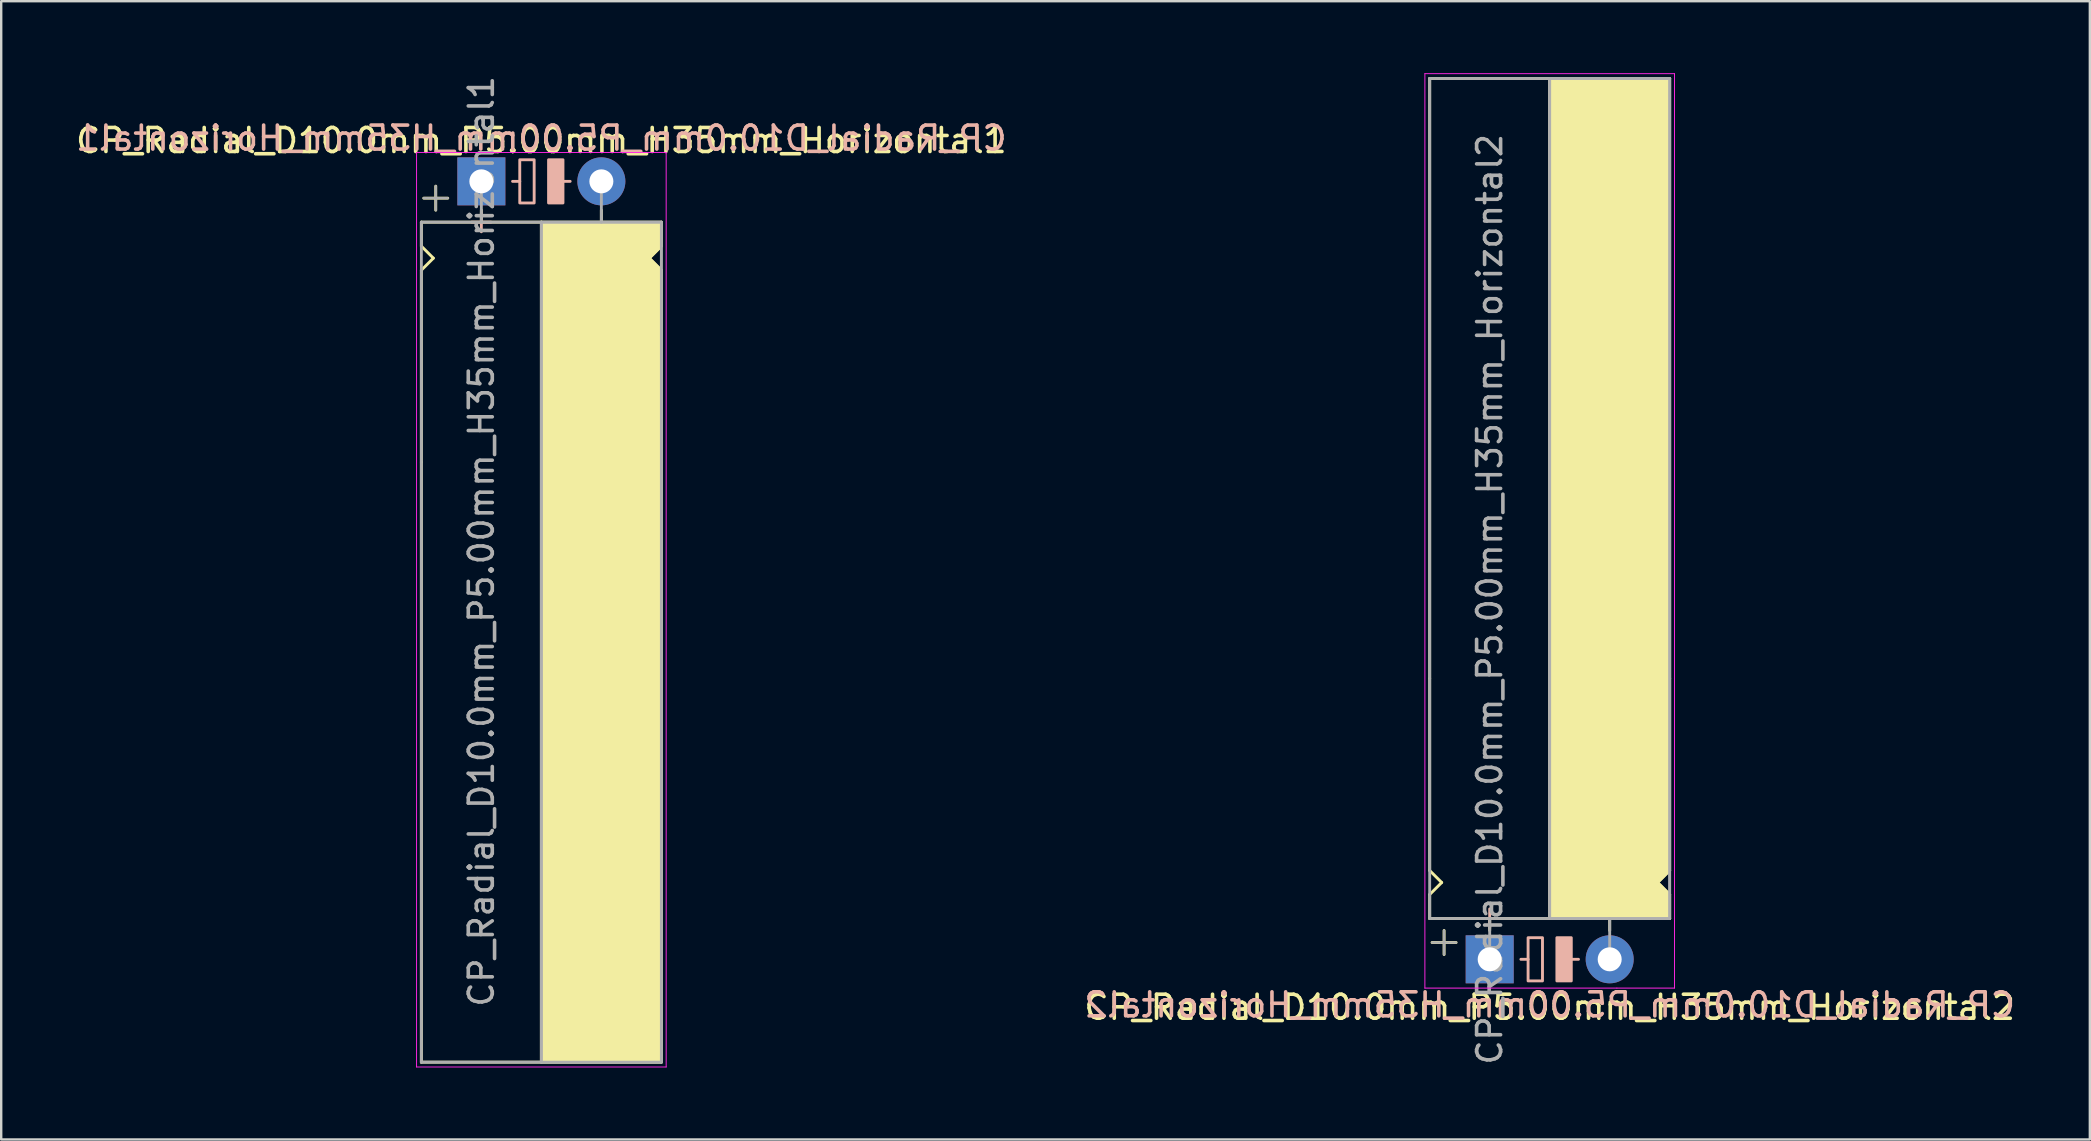
<source format=kicad_pcb>
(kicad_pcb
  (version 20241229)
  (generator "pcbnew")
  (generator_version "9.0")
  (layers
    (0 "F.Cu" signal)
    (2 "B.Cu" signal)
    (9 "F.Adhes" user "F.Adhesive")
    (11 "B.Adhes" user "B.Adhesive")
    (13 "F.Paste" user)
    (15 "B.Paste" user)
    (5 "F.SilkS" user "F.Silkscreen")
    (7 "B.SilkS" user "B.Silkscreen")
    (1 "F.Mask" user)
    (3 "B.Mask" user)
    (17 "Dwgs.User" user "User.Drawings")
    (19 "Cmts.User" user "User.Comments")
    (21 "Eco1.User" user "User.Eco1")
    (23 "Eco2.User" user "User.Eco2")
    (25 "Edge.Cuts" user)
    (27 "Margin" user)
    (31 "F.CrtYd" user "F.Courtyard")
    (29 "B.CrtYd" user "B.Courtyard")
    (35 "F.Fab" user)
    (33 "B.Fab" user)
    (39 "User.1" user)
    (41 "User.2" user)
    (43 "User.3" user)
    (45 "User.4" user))
  (footprint "CP_Radial_D10.0mm_P5.00mm_H35mm_Horizontal2"
    (layer "F.Cu")
    (at 59.018 36.92)
    (property "Reference" "CP_Radial_D10.0mm_P5.00mm_H35mm_Horizontal2" (at 2.5 2 0) (layer "F.SilkS") (effects (font (size 1 1) (thickness 0.15))))
    (fp_line (start -2.5 -36.7) (end 7.5 -36.7) (stroke (width 0.12) (type solid)) (layer "F.SilkS"))
    (fp_line (start -2.5 -11.7) (end -2.5 -36.7) (stroke (width 0.12) (type solid)) (layer "F.SilkS"))
    (fp_line (start -2.5 -3.7) (end -2.5 -11.7) (stroke (width 0.12) (type solid)) (layer "F.SilkS"))
    (fp_line (start -2.5 -2.7) (end -2 -3.2) (stroke (width 0.12) (type solid)) (layer "F.SilkS"))
    (fp_line (start -2.5 -1.7) (end -2.5 -2.7) (stroke (width 0.12) (type solid)) (layer "F.SilkS"))
    (fp_line (start -2 -3.2) (end -2.5 -3.7) (stroke (width 0.12) (type solid)) (layer "F.SilkS"))
    (fp_line (start -1.9 -1.2) (end -1.9 -0.2) (stroke (width 0.12) (type solid)) (layer "F.SilkS"))
    (fp_line (start -1.4 -0.7) (end -2.4 -0.7) (stroke (width 0.12) (type solid)) (layer "F.SilkS"))
    (fp_line (start 0 -1.7) (end 0 -1.2) (stroke (width 0.12) (type solid)) (layer "F.SilkS"))
    (fp_line (start 2.5 -36.7) (end 2.5 -1.7) (stroke (width 0.12) (type solid)) (layer "F.SilkS"))
    (fp_line (start 2.5 -1.7) (end -2.5 -1.7) (stroke (width 0.12) (type solid)) (layer "F.SilkS"))
    (fp_line (start 5 -1.7) (end 5 -1.2) (stroke (width 0.12) (type solid)) (layer "F.SilkS"))
    (fp_line (start 7 -3.2) (end 7.5 -3.7) (stroke (width 0.12) (type solid)) (layer "F.SilkS"))
    (fp_line (start 7.5 -11.7) (end 7.5 -36.7) (stroke (width 0.12) (type solid)) (layer "F.SilkS"))
    (fp_line (start 7.5 -3.7) (end 7.5 -11.7) (stroke (width 0.12) (type solid)) (layer "F.SilkS"))
    (fp_line (start 7.5 -2.7) (end 7 -3.2) (stroke (width 0.12) (type solid)) (layer "F.SilkS"))
    (fp_line (start 7.5 -1.7) (end 2.5 -1.7) (stroke (width 0.12) (type solid)) (layer "F.SilkS"))
    (fp_line (start 7.5 -1.7) (end 7.5 -2.7) (stroke (width 0.12) (type solid)) (layer "F.SilkS"))
    (fp_poly (pts (xy 7.5 -2.7) (xy 7 -3.2) (xy 7.5 -3.7) (xy 7.5 -36.7) (xy 2.5 -36.7) (xy 2.5 -1.7) (xy 7.5 -1.7)) (stroke (width 0.1) (type solid)) (fill yes) (layer "F.SilkS"))
    (fp_line (start 0 -2.1) (end 0 -1.3) (stroke (width 0.12) (type solid)) (layer "B.SilkS"))
    (fp_line (start 0.4 -1.7) (end -0.4 -1.7) (stroke (width 0.12) (type solid)) (layer "B.SilkS"))
    (fp_line (start 1.6 0) (end 1.3 0) (stroke (width 0.12) (type solid)) (layer "B.SilkS"))
    (fp_line (start 3.7 0) (end 3.4 0) (stroke (width 0.12) (type solid)) (layer "B.SilkS"))
    (fp_rect (start 2.2 -0.9) (end 1.6 0.9) (stroke (width 0.12) (type solid)) (fill no) (layer "B.SilkS"))
    (fp_rect (start 3.4 -0.9) (end 2.8 0.9) (stroke (width 0.12) (type solid)) (fill yes) (layer "B.SilkS"))
    (fp_line (start -2.7 -36.9) (end -2.7 1.2) (stroke (width 0.04) (type solid)) (layer "F.CrtYd"))
    (fp_line (start -2.7 1.2) (end 5.3 1.2) (stroke (width 0.04) (type solid)) (layer "F.CrtYd"))
    (fp_line (start 5.3 1.2) (end 7.7 1.2) (stroke (width 0.04) (type solid)) (layer "F.CrtYd"))
    (fp_line (start 7.7 -36.9) (end -2.7 -36.9) (stroke (width 0.04) (type solid)) (layer "F.CrtYd"))
    (fp_line (start 7.7 1.2) (end 7.7 -36.9) (stroke (width 0.04) (type solid)) (layer "F.CrtYd"))
    (fp_line (start -2.5 -36.7) (end 7.5 -36.7) (stroke (width 0.12) (type solid)) (layer "F.Fab"))
    (fp_line (start -2.5 -1.7) (end -2.5 -36.7) (stroke (width 0.12) (type solid)) (layer "F.Fab"))
    (fp_line (start -2.4 -0.7) (end -1.4 -0.7) (stroke (width 0.1) (type solid)) (layer "F.Fab"))
    (fp_line (start -1.9 -0.2) (end -1.9 -1.2) (stroke (width 0.1) (type solid)) (layer "F.Fab"))
    (fp_line (start 0 -1.7) (end 0 0) (stroke (width 0.12) (type solid)) (layer "F.Fab"))
    (fp_line (start 2.5 -1.7) (end 2.5 -36.7) (stroke (width 0.12) (type solid)) (layer "F.Fab"))
    (fp_line (start 5 -1.7) (end 5 0) (stroke (width 0.12) (type solid)) (layer "F.Fab"))
    (fp_line (start 7.5 -36.7) (end 7.5 -1.7) (stroke (width 0.12) (type solid)) (layer "F.Fab"))
    (fp_line (start 7.5 -1.7) (end -2.5 -1.7) (stroke (width 0.12) (type solid)) (layer "F.Fab"))
    (fp_poly (pts (xy 7.5 -36.7) (xy 2.5 -36.7) (xy 2.5 -1.7) (xy 7.5 -1.7)) (stroke (width 0.1) (type solid)) (fill no) (layer "F.Fab"))
    (fp_text user "${REFERENCE}" (at 2.5 1.9 0) (layer "B.SilkS") (effects (font (size 1 1) (thickness 0.15)) (justify mirror)))
    (fp_text user "${REFERENCE}" (at 0 -15 90) (layer "F.Fab") (effects (font (size 1 1) (thickness 0.15))))
    (pad "1" thru_hole rect (at 0 0) (size 2 2) (drill 1) (layers "*.Cu" "*.Mask"))
    (pad "2" thru_hole circle (at 5 0) (size 2 2) (drill 1) (layers "*.Cu" "*.Mask")))
  (footprint "CP_Radial_D10.0mm_P5.00mm_H35mm_Horizontal1"
    (layer "F.Cu")
    (at 17.006 4.506)
    (property "Reference" "CP_Radial_D10.0mm_P5.00mm_H35mm_Horizontal1" (at 2.5 -1.7 0) (layer "F.SilkS") (effects (font (size 1 1) (thickness 0.15))))
    (fp_line (start -2.5 1.7) (end -2.5 2.7) (stroke (width 0.12) (type solid)) (layer "F.SilkS"))
    (fp_line (start -2.5 2.7) (end -2 3.2) (stroke (width 0.12) (type solid)) (layer "F.SilkS"))
    (fp_line (start -2.5 3.7) (end -2.5 11.7) (stroke (width 0.12) (type solid)) (layer "F.SilkS"))
    (fp_line (start -2.5 11.7) (end -2.5 36.7) (stroke (width 0.12) (type solid)) (layer "F.SilkS"))
    (fp_line (start -2.5 36.7) (end 7.5 36.7) (stroke (width 0.12) (type solid)) (layer "F.SilkS"))
    (fp_line (start -2 3.2) (end -2.5 3.7) (stroke (width 0.12) (type solid)) (layer "F.SilkS"))
    (fp_line (start -1.9 0.2) (end -1.9 1.2) (stroke (width 0.12) (type solid)) (layer "F.SilkS"))
    (fp_line (start -1.4 0.7) (end -2.4 0.7) (stroke (width 0.12) (type solid)) (layer "F.SilkS"))
    (fp_line (start 0 1.7) (end 0 1.2) (stroke (width 0.12) (type solid)) (layer "F.SilkS"))
    (fp_line (start 2.5 1.7) (end -2.5 1.7) (stroke (width 0.12) (type solid)) (layer "F.SilkS"))
    (fp_line (start 2.5 36.7) (end 2.5 1.7) (stroke (width 0.12) (type solid)) (layer "F.SilkS"))
    (fp_line (start 5 1.7) (end 5 1.2) (stroke (width 0.12) (type solid)) (layer "F.SilkS"))
    (fp_line (start 7 3.2) (end 7.5 3.7) (stroke (width 0.12) (type solid)) (layer "F.SilkS"))
    (fp_line (start 7.5 1.7) (end 2.5 1.7) (stroke (width 0.12) (type solid)) (layer "F.SilkS"))
    (fp_line (start 7.5 1.7) (end 7.5 2.7) (stroke (width 0.12) (type solid)) (layer "F.SilkS"))
    (fp_line (start 7.5 2.7) (end 7 3.2) (stroke (width 0.12) (type solid)) (layer "F.SilkS"))
    (fp_line (start 7.5 3.7) (end 7.5 11.7) (stroke (width 0.12) (type solid)) (layer "F.SilkS"))
    (fp_line (start 7.5 11.7) (end 7.5 36.7) (stroke (width 0.12) (type solid)) (layer "F.SilkS"))
    (fp_poly (pts (xy 7.5 2.7) (xy 7 3.2) (xy 7.5 3.7) (xy 7.5 36.7) (xy 2.5 36.7) (xy 2.5 1.7) (xy 7.5 1.7)) (stroke (width 0.1) (type solid)) (fill yes) (layer "F.SilkS"))
    (fp_line (start 0 1.3) (end 0 2.1) (stroke (width 0.12) (type solid)) (layer "B.SilkS"))
    (fp_line (start 0.4 1.7) (end -0.4 1.7) (stroke (width 0.12) (type solid)) (layer "B.SilkS"))
    (fp_line (start 1.6 0) (end 1.3 0) (stroke (width 0.12) (type solid)) (layer "B.SilkS"))
    (fp_line (start 3.7 0) (end 3.4 0) (stroke (width 0.12) (type solid)) (layer "B.SilkS"))
    (fp_rect (start 2.2 -0.9) (end 1.6 0.9) (stroke (width 0.12) (type solid)) (fill no) (layer "B.SilkS"))
    (fp_rect (start 3.4 -0.9) (end 2.8 0.9) (stroke (width 0.12) (type solid)) (fill yes) (layer "B.SilkS"))
    (fp_line (start -2.7 -1.2) (end 5.3 -1.2) (stroke (width 0.04) (type solid)) (layer "F.CrtYd"))
    (fp_line (start -2.7 36.9) (end -2.7 -1.2) (stroke (width 0.04) (type solid)) (layer "F.CrtYd"))
    (fp_line (start 5.3 -1.2) (end 7.7 -1.2) (stroke (width 0.04) (type solid)) (layer "F.CrtYd"))
    (fp_line (start 7.7 -1.2) (end 7.7 36.9) (stroke (width 0.04) (type solid)) (layer "F.CrtYd"))
    (fp_line (start 7.7 36.9) (end -2.7 36.9) (stroke (width 0.04) (type solid)) (layer "F.CrtYd"))
    (fp_line (start -2.5 1.7) (end -2.5 36.7) (stroke (width 0.12) (type solid)) (layer "F.Fab"))
    (fp_line (start -2.5 36.7) (end 7.5 36.7) (stroke (width 0.12) (type solid)) (layer "F.Fab"))
    (fp_line (start -2.4 0.7) (end -1.4 0.7) (stroke (width 0.1) (type solid)) (layer "F.Fab"))
    (fp_line (start -1.9 1.2) (end -1.9 0.2) (stroke (width 0.1) (type solid)) (layer "F.Fab"))
    (fp_line (start 0 1.7) (end 0 0) (stroke (width 0.12) (type solid)) (layer "F.Fab"))
    (fp_line (start 2.5 1.7) (end 2.5 36.7) (stroke (width 0.12) (type solid)) (layer "F.Fab"))
    (fp_line (start 5 1.7) (end 5 0) (stroke (width 0.12) (type solid)) (layer "F.Fab"))
    (fp_line (start 7.5 1.7) (end -2.5 1.7) (stroke (width 0.12) (type solid)) (layer "F.Fab"))
    (fp_line (start 7.5 36.7) (end 7.5 1.7) (stroke (width 0.12) (type solid)) (layer "F.Fab"))
    (fp_poly (pts (xy 7.5 36.7) (xy 2.5 36.7) (xy 2.5 1.7) (xy 7.5 1.7)) (stroke (width 0.1) (type solid)) (fill no) (layer "F.Fab"))
    (fp_text user "${REFERENCE}" (at 2.5 -1.8 0) (layer "B.SilkS") (effects (font (size 1 1) (thickness 0.15)) (justify mirror)))
    (fp_text user "${REFERENCE}" (at 0 15 90) (layer "F.Fab") (effects (font (size 1 1) (thickness 0.15))))
    (pad "1" thru_hole rect (at 0 0) (size 2 2) (drill 1) (layers "*.Cu" "*.Mask"))
    (pad "2" thru_hole circle (at 5 0) (size 2 2) (drill 1) (layers "*.Cu" "*.Mask")))
  (gr_rect
    (start -3 -3)
    (end 84.024 44.426)
    (stroke (width 0.1) (type default))
    (fill no)
    (layer "Edge.Cuts")))
</source>
